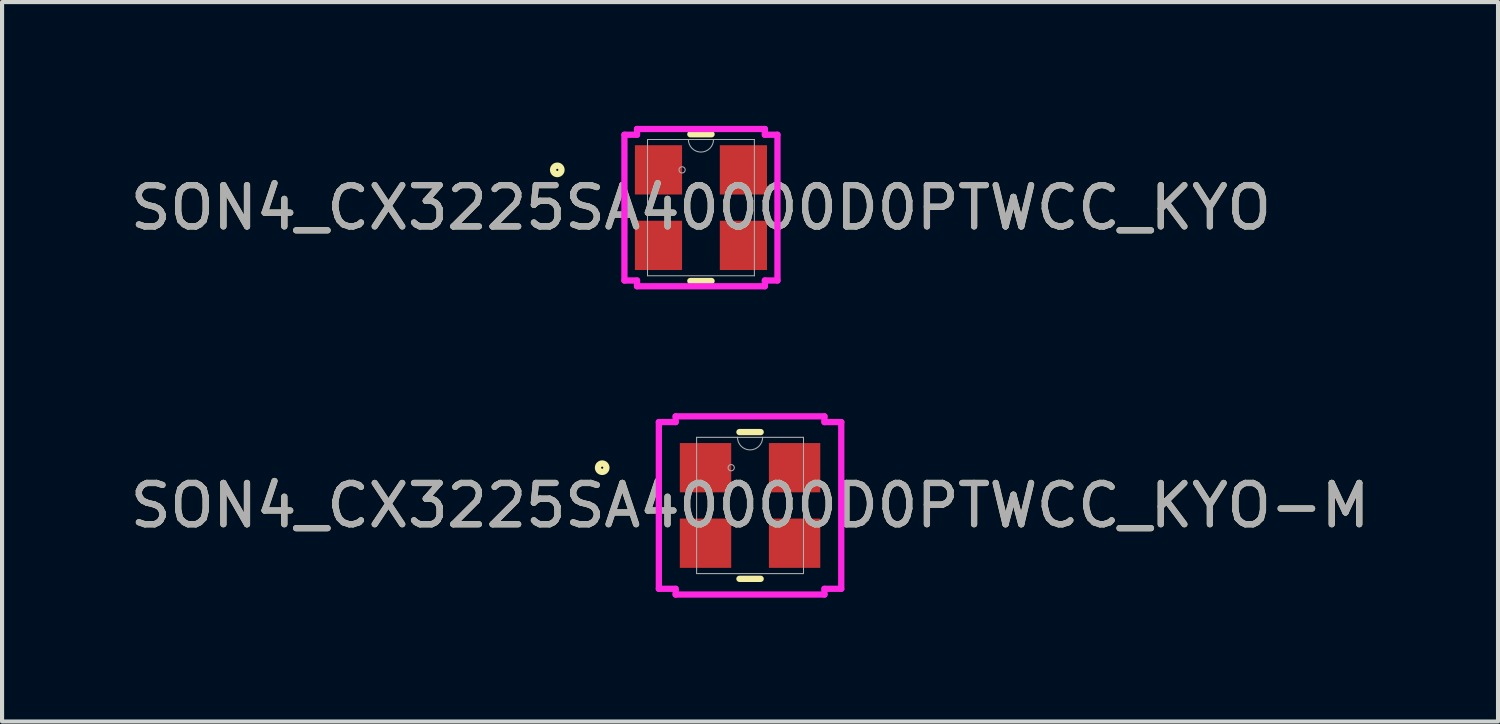
<source format=kicad_pcb>
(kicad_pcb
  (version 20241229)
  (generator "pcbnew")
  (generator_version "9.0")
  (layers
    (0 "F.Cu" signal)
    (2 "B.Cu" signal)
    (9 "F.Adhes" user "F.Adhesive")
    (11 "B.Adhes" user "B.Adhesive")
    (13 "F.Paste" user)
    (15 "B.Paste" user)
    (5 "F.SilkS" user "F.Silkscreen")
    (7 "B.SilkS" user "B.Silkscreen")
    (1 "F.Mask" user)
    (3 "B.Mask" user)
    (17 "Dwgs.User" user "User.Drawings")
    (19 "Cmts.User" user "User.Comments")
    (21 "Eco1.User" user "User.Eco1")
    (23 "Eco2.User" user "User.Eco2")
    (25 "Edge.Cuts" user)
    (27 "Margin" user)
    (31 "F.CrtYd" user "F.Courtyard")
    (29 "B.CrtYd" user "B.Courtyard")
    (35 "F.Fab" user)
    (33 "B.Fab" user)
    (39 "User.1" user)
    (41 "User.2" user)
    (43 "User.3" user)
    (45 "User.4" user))
  (footprint "SON4_CX3225SA40000D0PTWCC_KYO"
    (layer "F.Cu")
    (at 13.935 1.981)
    (property "Reference" "SON4_CX3225SA40000D0PTWCC_KYO" (at 0 0 0) (unlocked yes) (layer "F.SilkS") (effects (font (size 1 1) (thickness 0.15))))
    (attr smd)
    (fp_line (start -0.257 1.778) (end 0.257 1.778) (stroke (width 0.152) (type solid)) (layer "F.SilkS"))
    (fp_line (start 0.257 -1.778) (end -0.257 -1.778) (stroke (width 0.152) (type solid)) (layer "F.SilkS"))
    (fp_circle (center -3.481 -0.915) (end -3.379 -0.915) (stroke (width 0.152) (type solid)) (fill no) (layer "F.SilkS"))
    (fp_line (start -1.854 -1.766) (end -1.549 -1.766) (stroke (width 0.152) (type solid)) (layer "F.CrtYd"))
    (fp_line (start -1.854 1.766) (end -1.854 -1.766) (stroke (width 0.152) (type solid)) (layer "F.CrtYd"))
    (fp_line (start -1.854 1.766) (end -1.549 1.766) (stroke (width 0.152) (type solid)) (layer "F.CrtYd"))
    (fp_line (start -1.549 -1.905) (end 1.549 -1.905) (stroke (width 0.152) (type solid)) (layer "F.CrtYd"))
    (fp_line (start -1.549 -1.766) (end -1.549 -1.905) (stroke (width 0.152) (type solid)) (layer "F.CrtYd"))
    (fp_line (start -1.549 1.905) (end -1.549 1.766) (stroke (width 0.152) (type solid)) (layer "F.CrtYd"))
    (fp_line (start 1.549 -1.905) (end 1.549 -1.766) (stroke (width 0.152) (type solid)) (layer "F.CrtYd"))
    (fp_line (start 1.549 1.766) (end 1.549 1.905) (stroke (width 0.152) (type solid)) (layer "F.CrtYd"))
    (fp_line (start 1.549 1.905) (end -1.549 1.905) (stroke (width 0.152) (type solid)) (layer "F.CrtYd"))
    (fp_line (start 1.854 -1.766) (end 1.549 -1.766) (stroke (width 0.152) (type solid)) (layer "F.CrtYd"))
    (fp_line (start 1.854 -1.766) (end 1.854 1.766) (stroke (width 0.152) (type solid)) (layer "F.CrtYd"))
    (fp_line (start 1.854 1.766) (end 1.549 1.766) (stroke (width 0.152) (type solid)) (layer "F.CrtYd"))
    (fp_line (start -1.295 -1.651) (end -1.295 1.651) (stroke (width 0.025) (type solid)) (layer "F.Fab"))
    (fp_line (start -1.295 1.651) (end 1.295 1.651) (stroke (width 0.025) (type solid)) (layer "F.Fab"))
    (fp_line (start 1.295 -1.651) (end -1.295 -1.651) (stroke (width 0.025) (type solid)) (layer "F.Fab"))
    (fp_line (start 1.295 1.651) (end 1.295 -1.651) (stroke (width 0.025) (type solid)) (layer "F.Fab"))
    (fp_arc (start 0.3048 -1.651) (mid 0 -1.3462) (end -0.3048 -1.651) (stroke (width 0.0254) (type solid)) (layer "F.Fab"))
    (fp_circle (center -0.457 -0.915) (end -0.381 -0.915) (stroke (width 0.025) (type solid)) (fill no) (layer "F.Fab"))
    (fp_text user "${REFERENCE}" (at 0 0 0) (unlocked yes) (layer "F.Fab") (effects (font (size 1 1) (thickness 0.15))))
    (pad "1" smd rect (at -1.029 -0.915) (size 1.143 1.194) (layers "F.Cu" "F.Mask" "F.Paste"))
    (pad "2" smd rect (at -1.029 0.915) (size 1.143 1.194) (layers "F.Cu" "F.Mask" "F.Paste"))
    (pad "3" smd rect (at 1.029 0.915) (size 1.143 1.194) (layers "F.Cu" "F.Mask" "F.Paste"))
    (pad "4" smd rect (at 1.029 -0.915) (size 1.143 1.194) (layers "F.Cu" "F.Mask" "F.Paste")))
  (footprint "SON4_CX3225SA40000D0PTWCC_KYO-M"
    (layer "F.Cu")
    (at 15.125 9.198)
    (property "Reference" "SON4_CX3225SA40000D0PTWCC_KYO-M" (at 0 0 0) (unlocked yes) (layer "F.SilkS") (effects (font (size 1 1) (thickness 0.15))))
    (attr smd)
    (fp_line (start -0.257 1.778) (end 0.257 1.778) (stroke (width 0.152) (type solid)) (layer "F.SilkS"))
    (fp_line (start 0.257 -1.778) (end -0.257 -1.778) (stroke (width 0.152) (type solid)) (layer "F.SilkS"))
    (fp_circle (center -3.583 -0.915) (end -3.481 -0.915) (stroke (width 0.152) (type solid)) (fill no) (layer "F.SilkS"))
    (fp_line (start -2.21 -2.02) (end -1.803 -2.02) (stroke (width 0.152) (type solid)) (layer "F.CrtYd"))
    (fp_line (start -2.21 2.02) (end -2.21 -2.02) (stroke (width 0.152) (type solid)) (layer "F.CrtYd"))
    (fp_line (start -2.21 2.02) (end -1.803 2.02) (stroke (width 0.152) (type solid)) (layer "F.CrtYd"))
    (fp_line (start -1.803 -2.159) (end 1.803 -2.159) (stroke (width 0.152) (type solid)) (layer "F.CrtYd"))
    (fp_line (start -1.803 -2.02) (end -1.803 -2.159) (stroke (width 0.152) (type solid)) (layer "F.CrtYd"))
    (fp_line (start -1.803 2.159) (end -1.803 2.02) (stroke (width 0.152) (type solid)) (layer "F.CrtYd"))
    (fp_line (start 1.803 -2.159) (end 1.803 -2.02) (stroke (width 0.152) (type solid)) (layer "F.CrtYd"))
    (fp_line (start 1.803 2.02) (end 1.803 2.159) (stroke (width 0.152) (type solid)) (layer "F.CrtYd"))
    (fp_line (start 1.803 2.159) (end -1.803 2.159) (stroke (width 0.152) (type solid)) (layer "F.CrtYd"))
    (fp_line (start 2.21 -2.02) (end 1.803 -2.02) (stroke (width 0.152) (type solid)) (layer "F.CrtYd"))
    (fp_line (start 2.21 -2.02) (end 2.21 2.02) (stroke (width 0.152) (type solid)) (layer "F.CrtYd"))
    (fp_line (start 2.21 2.02) (end 1.803 2.02) (stroke (width 0.152) (type solid)) (layer "F.CrtYd"))
    (fp_line (start -1.295 -1.651) (end -1.295 1.651) (stroke (width 0.025) (type solid)) (layer "F.Fab"))
    (fp_line (start -1.295 1.651) (end 1.295 1.651) (stroke (width 0.025) (type solid)) (layer "F.Fab"))
    (fp_line (start 1.295 -1.651) (end -1.295 -1.651) (stroke (width 0.025) (type solid)) (layer "F.Fab"))
    (fp_line (start 1.295 1.651) (end 1.295 -1.651) (stroke (width 0.025) (type solid)) (layer "F.Fab"))
    (fp_arc (start 0.3048 -1.651) (mid 0 -1.3462) (end -0.3048 -1.651) (stroke (width 0.0254) (type solid)) (layer "F.Fab"))
    (fp_circle (center -0.457 -0.915) (end -0.381 -0.915) (stroke (width 0.025) (type solid)) (fill no) (layer "F.Fab"))
    (fp_text user "${REFERENCE}" (at 0 0 0) (unlocked yes) (layer "F.Fab") (effects (font (size 1 1) (thickness 0.15))))
    (pad "1" smd rect (at -1.079 -0.915) (size 1.245 1.194) (layers "F.Cu" "F.Mask" "F.Paste"))
    (pad "2" smd rect (at -1.079 0.915) (size 1.245 1.194) (layers "F.Cu" "F.Mask" "F.Paste"))
    (pad "3" smd rect (at 1.079 0.915) (size 1.245 1.194) (layers "F.Cu" "F.Mask" "F.Paste"))
    (pad "4" smd rect (at 1.079 -0.915) (size 1.245 1.194) (layers "F.Cu" "F.Mask" "F.Paste")))
  (gr_rect
    (start -3 -3)
    (end 33.25 14.433)
    (stroke (width 0.1) (type default))
    (fill no)
    (layer "Edge.Cuts")))
</source>
